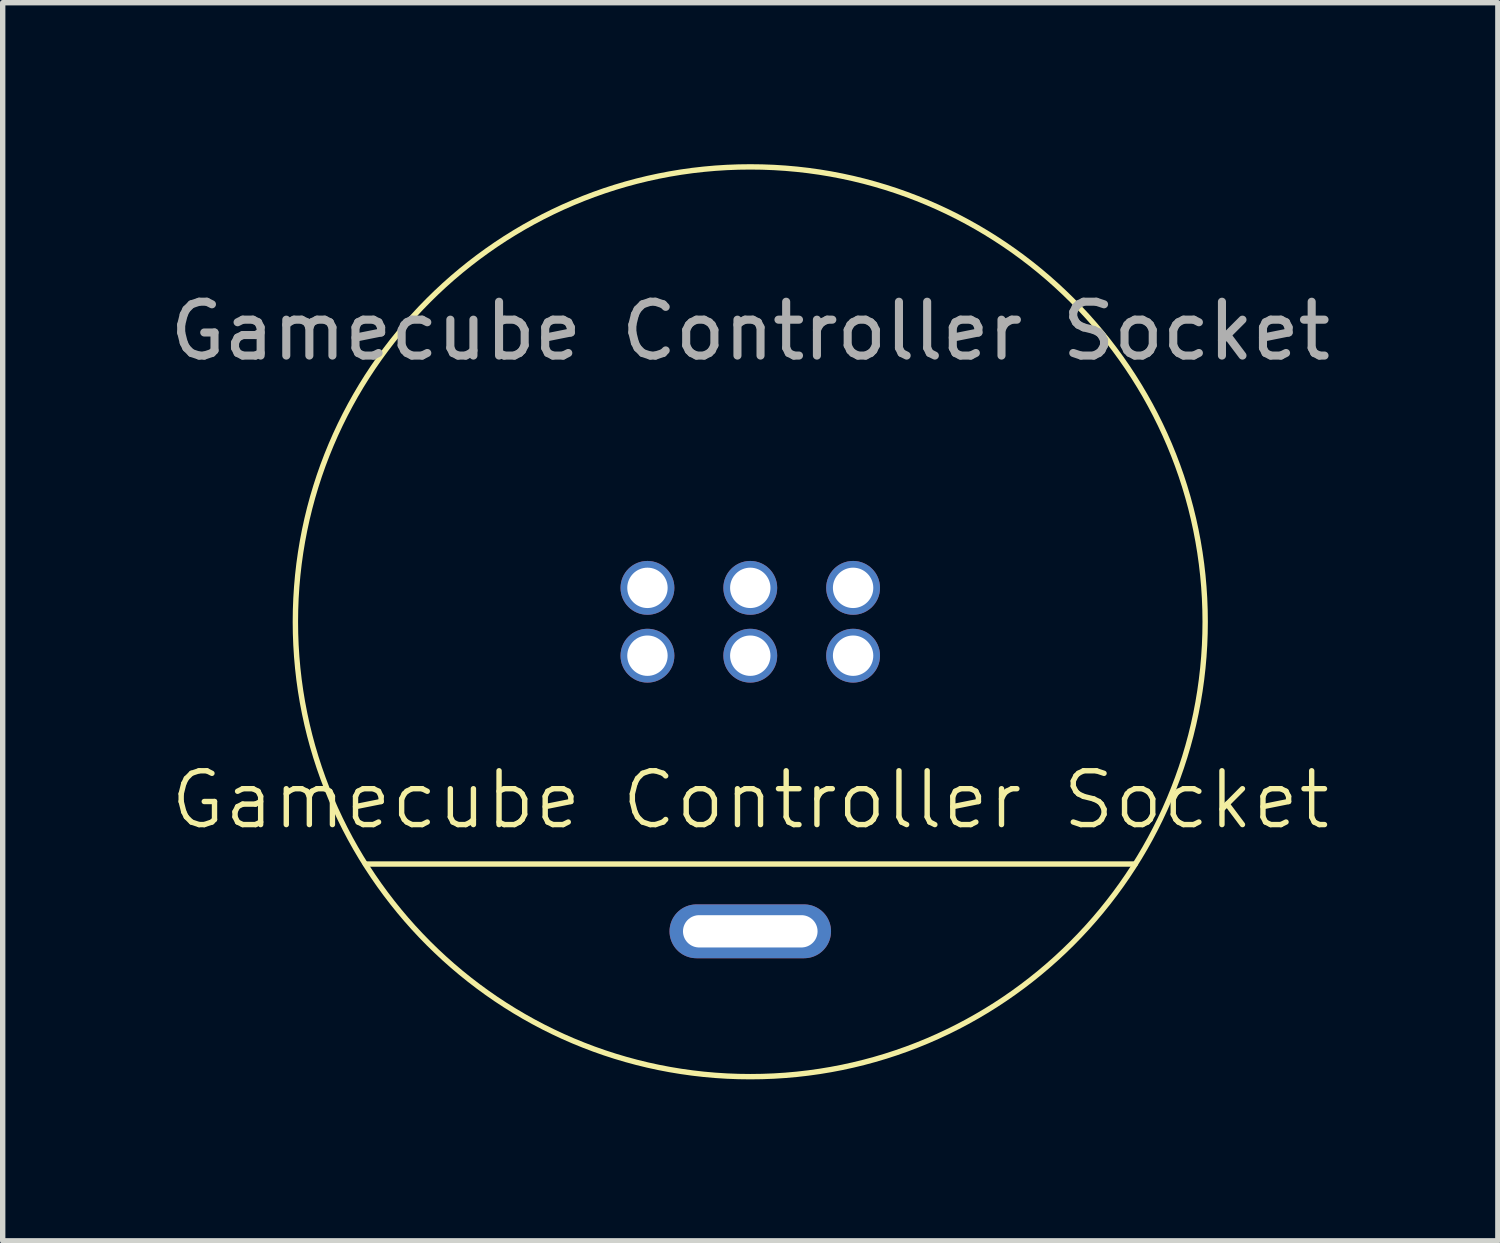
<source format=kicad_pcb>
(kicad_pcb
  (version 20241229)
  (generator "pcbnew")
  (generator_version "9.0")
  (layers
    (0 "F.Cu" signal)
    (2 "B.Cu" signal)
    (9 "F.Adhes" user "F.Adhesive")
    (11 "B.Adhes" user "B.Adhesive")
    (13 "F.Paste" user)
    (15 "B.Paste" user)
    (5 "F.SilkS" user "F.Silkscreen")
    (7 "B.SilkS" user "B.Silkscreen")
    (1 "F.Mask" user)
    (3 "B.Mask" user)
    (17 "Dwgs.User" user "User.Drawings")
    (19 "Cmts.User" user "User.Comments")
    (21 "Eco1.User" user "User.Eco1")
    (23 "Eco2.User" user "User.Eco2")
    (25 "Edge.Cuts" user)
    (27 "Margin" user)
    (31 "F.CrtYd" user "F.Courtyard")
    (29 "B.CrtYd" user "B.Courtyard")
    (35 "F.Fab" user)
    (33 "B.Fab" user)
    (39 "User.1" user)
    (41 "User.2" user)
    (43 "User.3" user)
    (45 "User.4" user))
  (footprint "Gamecube Controller Socket"
    (layer "F.Cu")
    (at 10.887 8.5)
    (property "Reference" "Gamecube Controller Socket" (at 0 3.31 0) (unlocked yes) (layer "F.SilkS") (effects (font (size 1 1) (thickness 0.1))))
    (attr through_hole)
    (fp_line (start -7.15 4.5) (end 7.15 4.5) (stroke (width 0.1) (type default)) (layer "F.SilkS"))
    (fp_circle (center 0 0) (end 8.45 0) (stroke (width 0.1) (type default)) (fill no) (layer "F.SilkS"))
    (fp_text user "${REFERENCE}" (at 0 -5.4 0) (unlocked yes) (layer "F.Fab") (effects (font (size 1 1) (thickness 0.15))))
    (pad "1" thru_hole circle (at -1.91 -0.63) (size 1 1) (drill 0.75) (layers "*.Cu" "*.Mask"))
    (pad "2" thru_hole circle (at 0 -0.63) (size 1 1) (drill 0.75) (layers "*.Cu" "*.Mask"))
    (pad "3" thru_hole circle (at 1.91 -0.63) (size 1 1) (drill 0.75) (layers "*.Cu" "*.Mask"))
    (pad "4" thru_hole circle (at -1.91 0.63) (size 1 1) (drill 0.75) (layers "*.Cu" "*.Mask"))
    (pad "5" thru_hole circle (at 0 0.63) (size 1 1) (drill 0.75) (layers "*.Cu" "*.Mask"))
    (pad "6" thru_hole circle (at 1.91 0.63) (size 1 1) (drill 0.75) (layers "*.Cu" "*.Mask"))
    (pad "7" thru_hole oval (at 0 5.75) (size 3 1) (drill oval 2.5 0.6) (layers "*.Cu" "*.Mask")))
  (gr_rect
    (start -3 -3)
    (end 24.774 20)
    (stroke (width 0.1) (type default))
    (fill no)
    (layer "Edge.Cuts")))
</source>
